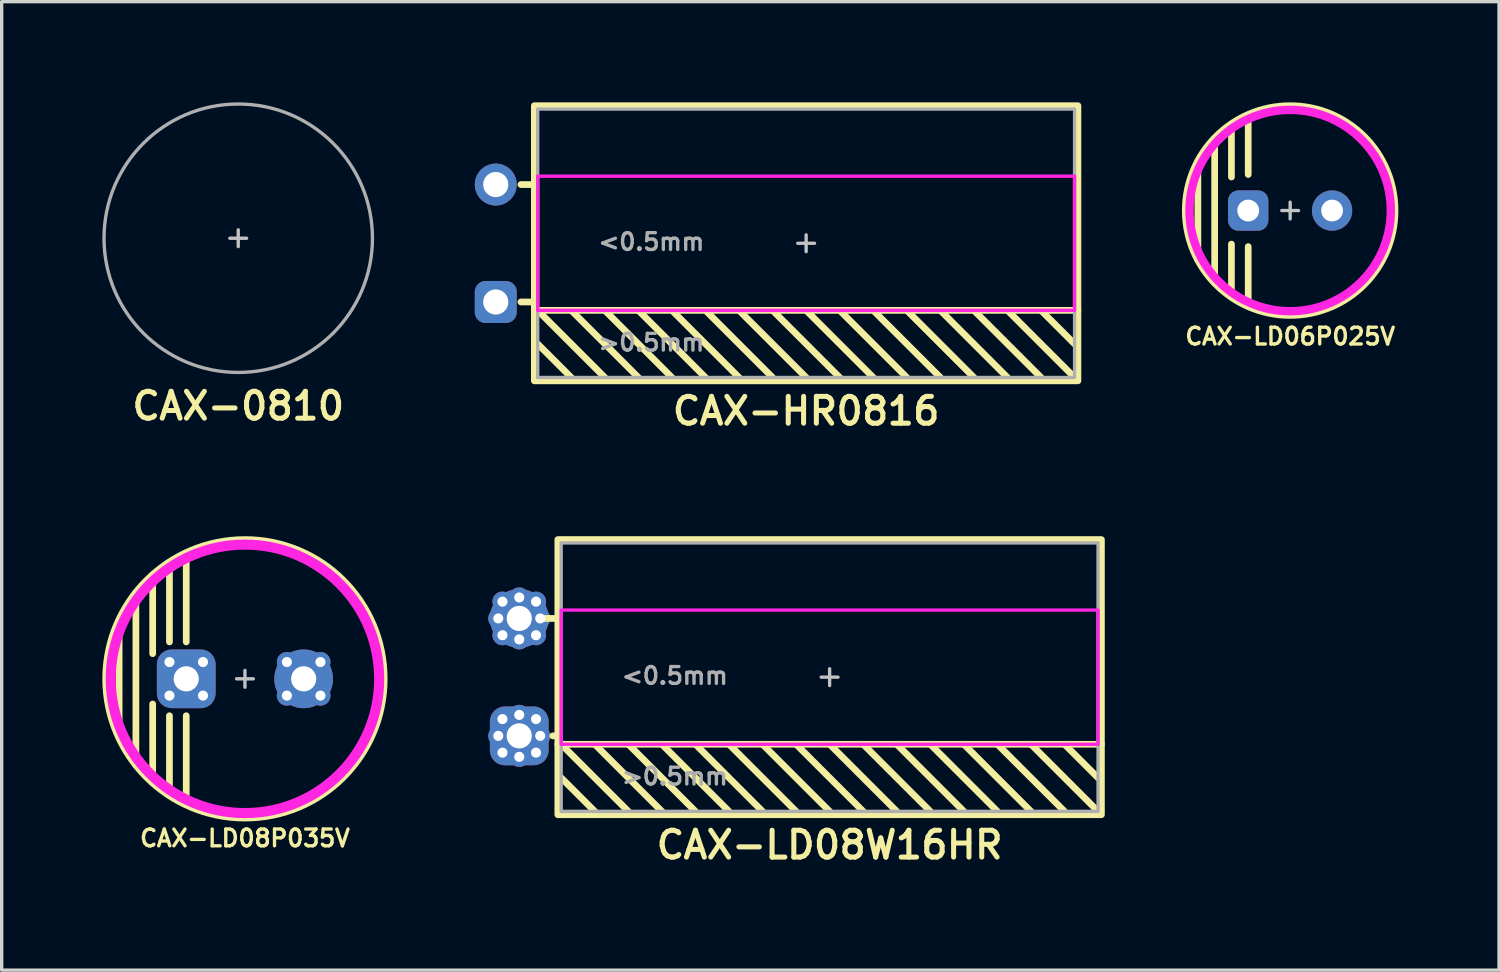
<source format=kicad_pcb>
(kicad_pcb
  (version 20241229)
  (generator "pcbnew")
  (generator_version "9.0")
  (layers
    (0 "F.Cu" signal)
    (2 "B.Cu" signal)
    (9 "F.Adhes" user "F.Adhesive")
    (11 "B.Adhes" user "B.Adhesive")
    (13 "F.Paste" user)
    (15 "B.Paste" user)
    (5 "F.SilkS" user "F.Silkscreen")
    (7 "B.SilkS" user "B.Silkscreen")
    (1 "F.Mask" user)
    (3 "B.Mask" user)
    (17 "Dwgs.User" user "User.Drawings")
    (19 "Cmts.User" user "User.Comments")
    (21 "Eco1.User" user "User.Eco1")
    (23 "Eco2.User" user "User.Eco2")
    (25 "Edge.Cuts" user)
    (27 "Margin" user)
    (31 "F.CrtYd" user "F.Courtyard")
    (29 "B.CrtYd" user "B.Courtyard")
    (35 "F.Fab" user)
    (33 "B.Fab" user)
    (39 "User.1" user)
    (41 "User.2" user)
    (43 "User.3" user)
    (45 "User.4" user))
  (footprint "CAX-0810"
    (layer "F.Cu")
    (at 4.05 4.05)
    (property "Reference" "CAX-0810" (at 0 5 0) (unlocked yes) (layer "F.SilkS") (effects (font (size 0.8 0.8) (thickness 0.15))))
    (attr smd)
    (fp_line (start -0.25 0) (end 0.25 0) (stroke (width 0.1) (type solid)) (layer "Dwgs.User"))
    (fp_line (start 0 -0.25) (end 0 0.25) (stroke (width 0.1) (type solid)) (layer "Dwgs.User"))
    (fp_circle (center 0 0) (end 4 0) (stroke (width 0.1) (type solid)) (fill no) (layer "F.Fab")))
  (footprint "CAX-HR0816"
    (layer "F.Cu")
    (at 20.975 4.2)
    (property "Reference" "CAX-HR0816" (at 0 5 0) (unlocked yes) (layer "F.SilkS") (effects (font (size 0.8 0.8) (thickness 0.15))))
    (attr through_hole)
    (fp_line (start -8.5 -1.75) (end -8.1 -1.75) (stroke (width 0.2) (type default)) (layer "F.SilkS"))
    (fp_line (start -8.5 1.75) (end -8.1 1.75) (stroke (width 0.2) (type default)) (layer "F.SilkS"))
    (fp_line (start -8.1 2) (end 8.1 2) (stroke (width 0.2) (type default)) (layer "F.SilkS"))
    (fp_line (start -8 2) (end -6 4) (stroke (width 0.2) (type default)) (layer "F.SilkS"))
    (fp_line (start -8 3) (end -7 4) (stroke (width 0.2) (type default)) (layer "F.SilkS"))
    (fp_line (start -7 2) (end -5 4) (stroke (width 0.2) (type default)) (layer "F.SilkS"))
    (fp_line (start -6 2) (end -4 4) (stroke (width 0.2) (type default)) (layer "F.SilkS"))
    (fp_line (start -5 2) (end -3 4) (stroke (width 0.2) (type default)) (layer "F.SilkS"))
    (fp_line (start -4 2) (end -2 4) (stroke (width 0.2) (type default)) (layer "F.SilkS"))
    (fp_line (start -3 2) (end -1 4) (stroke (width 0.2) (type default)) (layer "F.SilkS"))
    (fp_line (start -2 2) (end 0 4) (stroke (width 0.2) (type default)) (layer "F.SilkS"))
    (fp_line (start -1 2) (end 1 4) (stroke (width 0.2) (type default)) (layer "F.SilkS"))
    (fp_line (start 0 2) (end 2 4) (stroke (width 0.2) (type default)) (layer "F.SilkS"))
    (fp_line (start 1 2) (end 3 4) (stroke (width 0.2) (type default)) (layer "F.SilkS"))
    (fp_line (start 2 2) (end 4 4) (stroke (width 0.2) (type default)) (layer "F.SilkS"))
    (fp_line (start 3 2) (end 5 4) (stroke (width 0.2) (type default)) (layer "F.SilkS"))
    (fp_line (start 4 2) (end 6 4) (stroke (width 0.2) (type default)) (layer "F.SilkS"))
    (fp_line (start 5 2) (end 7 4) (stroke (width 0.2) (type default)) (layer "F.SilkS"))
    (fp_line (start 7 2) (end 8 3) (stroke (width 0.2) (type default)) (layer "F.SilkS"))
    (fp_line (start 8 4) (end 6 2) (stroke (width 0.2) (type default)) (layer "F.SilkS"))
    (fp_rect (start -8.1 -4.1) (end 8.1 4.1) (stroke (width 0.2) (type default)) (fill no) (layer "F.SilkS"))
    (fp_line (start -0.25 0) (end 0.25 0) (stroke (width 0.1) (type solid)) (layer "Dwgs.User"))
    (fp_line (start 0 -0.25) (end 0 0.25) (stroke (width 0.1) (type solid)) (layer "Dwgs.User"))
    (fp_rect (start -8 -2) (end 8 2) (stroke (width 0.1) (type default)) (fill no) (layer "F.CrtYd"))
    (fp_rect (start -8 -4) (end 8 4) (stroke (width 0.1) (type default)) (fill no) (layer "F.Fab"))
    (fp_text user ">0.5mm" (at -6.25 3.25 0) (unlocked yes) (layer "F.Fab") (effects (font (size 0.5 0.5) (thickness 0.1) (bold yes)) (justify left bottom)))
    (fp_text user "<0.5mm" (at -6.25 0.25 0) (unlocked yes) (layer "F.Fab") (effects (font (size 0.5 0.5) (thickness 0.1) (bold yes)) (justify left bottom)))
    (pad "1" thru_hole circle (at -9.25 -1.75) (size 1.25 1.25) (drill 0.75) (layers "*.Cu" "*.Mask"))
    (pad "2" thru_hole roundrect (at -9.25 1.75) (size 1.25 1.25) (drill 0.75) (layers "*.Cu" "*.Mask") (roundrect_rratio 0.25)))
  (footprint "CAX-LD08W16HR"
    (layer "F.Cu")
    (at 21.675 17.131)
    (property "Reference" "CAX-LD08W16HR" (at 0 5 0) (unlocked yes) (layer "F.SilkS") (effects (font (size 0.8 0.8) (thickness 0.15))))
    (attr through_hole)
    (fp_line (start -8.5 -1.75) (end -8.1 -1.75) (stroke (width 0.2) (type default)) (layer "F.SilkS"))
    (fp_line (start -8.25 1.75) (end -8.1 1.75) (stroke (width 0.2) (type default)) (layer "F.SilkS"))
    (fp_line (start -8.1 2) (end 8.1 2) (stroke (width 0.2) (type default)) (layer "F.SilkS"))
    (fp_line (start -8 2) (end -6 4) (stroke (width 0.2) (type default)) (layer "F.SilkS"))
    (fp_line (start -8 3) (end -7 4) (stroke (width 0.2) (type default)) (layer "F.SilkS"))
    (fp_line (start -7 2) (end -5 4) (stroke (width 0.2) (type default)) (layer "F.SilkS"))
    (fp_line (start -6 2) (end -4 4) (stroke (width 0.2) (type default)) (layer "F.SilkS"))
    (fp_line (start -5 2) (end -3 4) (stroke (width 0.2) (type default)) (layer "F.SilkS"))
    (fp_line (start -4 2) (end -2 4) (stroke (width 0.2) (type default)) (layer "F.SilkS"))
    (fp_line (start -3 2) (end -1 4) (stroke (width 0.2) (type default)) (layer "F.SilkS"))
    (fp_line (start -2 2) (end 0 4) (stroke (width 0.2) (type default)) (layer "F.SilkS"))
    (fp_line (start -1 2) (end 1 4) (stroke (width 0.2) (type default)) (layer "F.SilkS"))
    (fp_line (start 0 2) (end 2 4) (stroke (width 0.2) (type default)) (layer "F.SilkS"))
    (fp_line (start 1 2) (end 3 4) (stroke (width 0.2) (type default)) (layer "F.SilkS"))
    (fp_line (start 2 2) (end 4 4) (stroke (width 0.2) (type default)) (layer "F.SilkS"))
    (fp_line (start 3 2) (end 5 4) (stroke (width 0.2) (type default)) (layer "F.SilkS"))
    (fp_line (start 4 2) (end 6 4) (stroke (width 0.2) (type default)) (layer "F.SilkS"))
    (fp_line (start 5 2) (end 7 4) (stroke (width 0.2) (type default)) (layer "F.SilkS"))
    (fp_line (start 7 2) (end 8 3) (stroke (width 0.2) (type default)) (layer "F.SilkS"))
    (fp_line (start 8 4) (end 6 2) (stroke (width 0.2) (type default)) (layer "F.SilkS"))
    (fp_rect (start -8.1 -4.1) (end 8.1 4.1) (stroke (width 0.2) (type default)) (fill no) (layer "F.SilkS"))
    (fp_line (start -0.25 0) (end 0.25 0) (stroke (width 0.1) (type solid)) (layer "Dwgs.User"))
    (fp_line (start 0 -0.25) (end 0 0.25) (stroke (width 0.1) (type solid)) (layer "Dwgs.User"))
    (fp_rect (start -8 -2) (end 8 2) (stroke (width 0.1) (type default)) (fill no) (layer "F.CrtYd"))
    (fp_rect (start -8 -4) (end 8 4) (stroke (width 0.1) (type default)) (fill no) (layer "F.Fab"))
    (fp_text user "<0.5mm" (at -6.25 0.25 0) (unlocked yes) (layer "F.Fab") (effects (font (size 0.5 0.5) (thickness 0.1) (bold yes)) (justify left bottom)))
    (fp_text user ">0.5mm" (at -6.25 3.25 0) (unlocked yes) (layer "F.Fab") (effects (font (size 0.5 0.5) (thickness 0.1) (bold yes)) (justify left bottom)))
    (pad "1" thru_hole circle (at -9.875 -1.75) (size 0.6 0.6) (drill 0.3) (layers "*.Cu" "*.Mask"))
    (pad "1" thru_hole circle (at -9.75 -2.25) (size 0.6 0.6) (drill 0.3) (layers "*.Cu" "*.Mask"))
    (pad "1" thru_hole circle (at -9.75 -1.25) (size 0.6 0.6) (drill 0.3) (layers "*.Cu" "*.Mask"))
    (pad "1" thru_hole circle (at -9.25 -2.375) (size 0.6 0.6) (drill 0.3) (layers "*.Cu" "*.Mask"))
    (pad "1" thru_hole circle (at -9.25 -1.75) (size 1.75 1.75) (drill 0.75) (layers "*.Cu" "*.Mask"))
    (pad "1" thru_hole circle (at -9.25 -1.125) (size 0.6 0.6) (drill 0.3) (layers "*.Cu" "*.Mask"))
    (pad "1" thru_hole circle (at -8.75 -2.25) (size 0.6 0.6) (drill 0.3) (layers "*.Cu" "*.Mask"))
    (pad "1" thru_hole circle (at -8.75 -1.25) (size 0.6 0.6) (drill 0.3) (layers "*.Cu" "*.Mask"))
    (pad "1" thru_hole circle (at -8.625 -1.75) (size 0.6 0.6) (drill 0.3) (layers "*.Cu" "*.Mask"))
    (pad "2" thru_hole circle (at -9.875 1.75) (size 0.6 0.6) (drill 0.3) (layers "*.Cu" "*.Mask"))
    (pad "2" thru_hole circle (at -9.75 1.25) (size 0.6 0.6) (drill 0.3) (layers "*.Cu" "*.Mask"))
    (pad "2" thru_hole circle (at -9.75 2.25) (size 0.6 0.6) (drill 0.3) (layers "*.Cu" "*.Mask"))
    (pad "2" thru_hole circle (at -9.25 1.125) (size 0.6 0.6) (drill 0.3) (layers "*.Cu" "*.Mask"))
    (pad "2" thru_hole roundrect (at -9.25 1.75) (size 1.75 1.75) (drill 0.75) (layers "*.Cu" "*.Mask") (roundrect_rratio 0.25))
    (pad "2" thru_hole circle (at -9.25 2.375) (size 0.6 0.6) (drill 0.3) (layers "*.Cu" "*.Mask"))
    (pad "2" thru_hole circle (at -8.75 1.25) (size 0.6 0.6) (drill 0.3) (layers "*.Cu" "*.Mask"))
    (pad "2" thru_hole circle (at -8.75 2.25) (size 0.6 0.6) (drill 0.3) (layers "*.Cu" "*.Mask"))
    (pad "2" thru_hole circle (at -8.625 1.75) (size 0.6 0.6) (drill 0.3) (layers "*.Cu" "*.Mask")))
  (footprint "CAX-LD06P025V"
    (layer "F.Cu")
    (at 35.4 3.225)
    (property "Reference" "CAX-LD06P025V" (at 0 3.75 0) (unlocked yes) (layer "F.SilkS") (effects (font (size 0.5 0.5) (thickness 0.1))))
    (attr through_hole)
    (fp_line (start -2.75 -1.475) (end -2.75 1.475) (stroke (width 0.2) (type default)) (layer "F.SilkS"))
    (fp_line (start -2.25 -2.15) (end -2.25 2.15) (stroke (width 0.2) (type default)) (layer "F.SilkS"))
    (fp_line (start -1.75 -1) (end -1.75 -2.575) (stroke (width 0.2) (type default)) (layer "F.SilkS"))
    (fp_line (start -1.75 1) (end -1.75 2.575) (stroke (width 0.2) (type default)) (layer "F.SilkS"))
    (fp_line (start -1.25 -1.075) (end -1.25 -2.85) (stroke (width 0.2) (type default)) (layer "F.SilkS"))
    (fp_line (start -1.25 1.075) (end -1.25 2.85) (stroke (width 0.2) (type default)) (layer "F.SilkS"))
    (fp_circle (center 0 0) (end 3.125 0) (stroke (width 0.2) (type default)) (fill no) (layer "F.SilkS"))
    (fp_line (start -0.25 0) (end 0.25 0) (stroke (width 0.1) (type default)) (layer "Dwgs.User"))
    (fp_line (start 0 -0.25) (end 0 0.25) (stroke (width 0.1) (type default)) (layer "Dwgs.User"))
    (fp_circle (center 0 0) (end 3 0) (stroke (width 0.25) (type default)) (fill no) (layer "F.CrtYd"))
    (pad "1" thru_hole circle (at 1.25 0) (size 1.2 1.2) (drill 0.65) (layers "*.Cu" "*.Mask"))
    (pad "2" thru_hole roundrect (at -1.25 0) (size 1.2 1.2) (drill 0.65) (layers "*.Cu" "*.Mask") (roundrect_rratio 0.25)))
  (footprint "CAX-LD08P035V"
    (layer "F.Cu")
    (at 4.25 17.181)
    (property "Reference" "CAX-LD08P035V" (at 0 4.75 0) (unlocked yes) (layer "F.SilkS") (effects (font (size 0.5 0.5) (thickness 0.1))))
    (attr smd)
    (fp_line (start -3.75 -1.75) (end -3.75 1.75) (stroke (width 0.2) (type default)) (layer "F.SilkS"))
    (fp_line (start -3.25 -2.575) (end -3.25 2.575) (stroke (width 0.2) (type default)) (layer "F.SilkS"))
    (fp_line (start -2.75 -3.1) (end -2.75 -0.75) (stroke (width 0.2) (type default)) (layer "F.SilkS"))
    (fp_line (start -2.75 0.75) (end -2.75 3.1) (stroke (width 0.2) (type default)) (layer "F.SilkS"))
    (fp_line (start -2.25 -1.1) (end -2.25 -3.475) (stroke (width 0.2) (type default)) (layer "F.SilkS"))
    (fp_line (start -2.25 3.475) (end -2.25 1.1) (stroke (width 0.2) (type default)) (layer "F.SilkS"))
    (fp_line (start -1.75 -1.1) (end -1.75 -3.75) (stroke (width 0.2) (type default)) (layer "F.SilkS"))
    (fp_line (start -1.75 1.1) (end -1.75 3.75) (stroke (width 0.2) (type default)) (layer "F.SilkS"))
    (fp_circle (center 0 0) (end 4.15 0) (stroke (width 0.2) (type default)) (fill no) (layer "F.SilkS"))
    (fp_line (start -0.25 0) (end 0.25 0) (stroke (width 0.1) (type default)) (layer "Dwgs.User"))
    (fp_line (start 0 -0.25) (end 0 0.25) (stroke (width 0.1) (type default)) (layer "Dwgs.User"))
    (fp_circle (center 0 0) (end 4 0) (stroke (width 0.3) (type default)) (fill no) (layer "F.CrtYd"))
    (pad "1" thru_hole circle (at 1.25 -0.5) (size 0.6 0.6) (drill 0.3) (layers "*.Cu" "*.Mask"))
    (pad "1" thru_hole circle (at 1.25 0.5) (size 0.6 0.6) (drill 0.3) (layers "*.Cu" "*.Mask"))
    (pad "1" thru_hole circle (at 1.75 0) (size 1.75 1.75) (drill 0.75) (layers "*.Cu" "*.Mask"))
    (pad "1" thru_hole circle (at 2.25 -0.5) (size 0.6 0.6) (drill 0.3) (layers "*.Cu" "*.Mask"))
    (pad "1" thru_hole circle (at 2.25 0.5) (size 0.6 0.6) (drill 0.3) (layers "*.Cu" "*.Mask"))
    (pad "2" thru_hole circle (at -2.25 -0.5) (size 0.6 0.6) (drill 0.3) (layers "*.Cu" "*.Mask"))
    (pad "2" thru_hole circle (at -2.25 0.5) (size 0.6 0.6) (drill 0.3) (layers "*.Cu" "*.Mask"))
    (pad "2" thru_hole roundrect (at -1.75 0) (size 1.75 1.75) (drill 0.75) (layers "*.Cu" "*.Mask") (roundrect_rratio 0.25))
    (pad "2" thru_hole circle (at -1.25 -0.5) (size 0.6 0.6) (drill 0.3) (layers "*.Cu" "*.Mask"))
    (pad "2" thru_hole circle (at -1.25 0.5) (size 0.6 0.6) (drill 0.3) (layers "*.Cu" "*.Mask")))
  (gr_rect
    (start -3 -3)
    (end 41.625 25.863)
    (stroke (width 0.1) (type default))
    (fill no)
    (layer "Edge.Cuts")))
</source>
